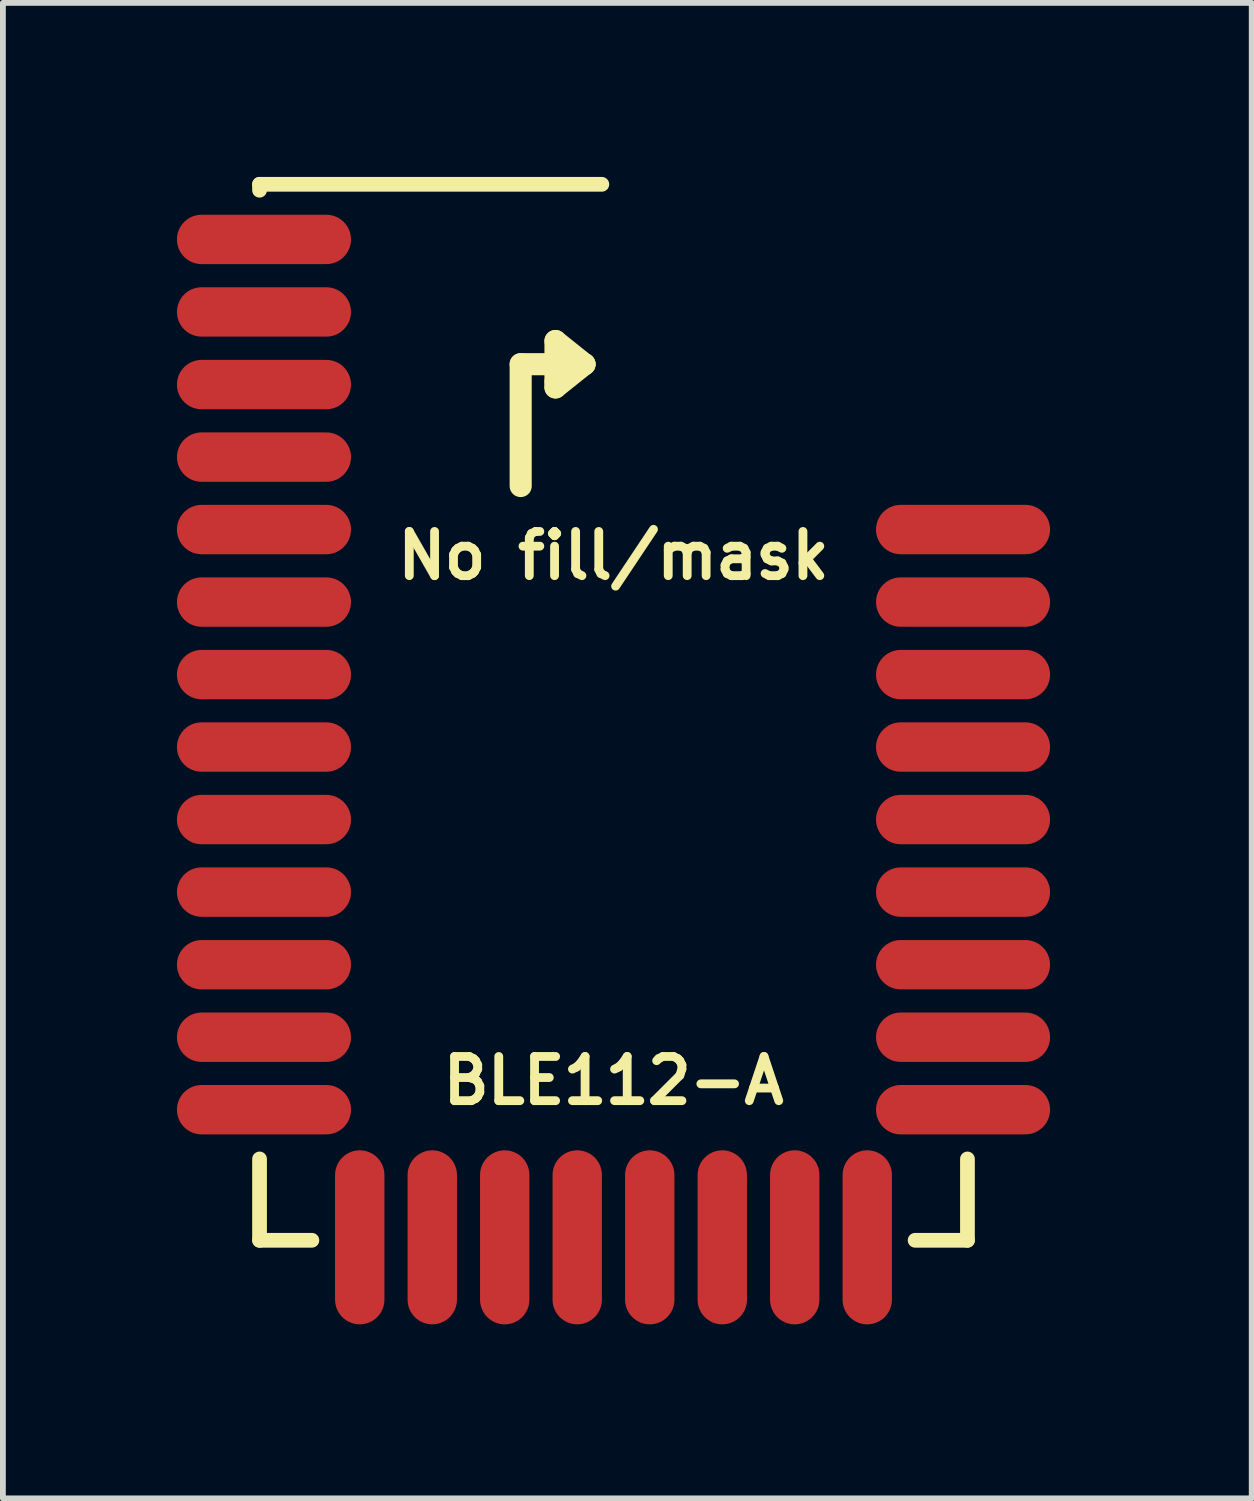
<source format=kicad_pcb>
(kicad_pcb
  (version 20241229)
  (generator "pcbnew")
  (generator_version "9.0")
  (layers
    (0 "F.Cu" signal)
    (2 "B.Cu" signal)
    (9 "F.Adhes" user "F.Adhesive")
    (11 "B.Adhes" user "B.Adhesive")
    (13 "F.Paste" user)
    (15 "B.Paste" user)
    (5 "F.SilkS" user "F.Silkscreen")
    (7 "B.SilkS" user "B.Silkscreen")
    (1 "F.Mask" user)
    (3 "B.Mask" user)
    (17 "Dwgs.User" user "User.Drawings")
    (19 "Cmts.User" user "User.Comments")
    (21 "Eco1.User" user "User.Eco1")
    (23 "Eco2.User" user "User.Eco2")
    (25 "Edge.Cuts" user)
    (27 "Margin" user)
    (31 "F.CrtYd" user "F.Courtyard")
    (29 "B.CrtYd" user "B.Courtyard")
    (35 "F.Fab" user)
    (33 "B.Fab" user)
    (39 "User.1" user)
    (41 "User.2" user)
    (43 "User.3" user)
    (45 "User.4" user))
  (footprint "BLE112-A"
    (layer "F.Cu")
    (at 7.525 9.228)
    (property "Reference" "BLE112-A" (at 0 6.35 0) (layer "F.SilkS") (effects (font (size 0.762 0.762) (thickness 0.152))))
    (attr smd)
    (fp_line (start -6.101 -9.101) (end -0.201 -9.101) (stroke (width 0.254) (type solid)) (layer "F.SilkS"))
    (fp_line (start -6.101 -8.999) (end -6.101 -9.101) (stroke (width 0.254) (type solid)) (layer "F.SilkS"))
    (fp_line (start -6.101 9.101) (end -6.101 7.699) (stroke (width 0.254) (type solid)) (layer "F.SilkS"))
    (fp_line (start -6.101 9.101) (end -5.199 9.101) (stroke (width 0.254) (type solid)) (layer "F.SilkS"))
    (fp_line (start -1.6 -6) (end -0.5 -6) (stroke (width 0.381) (type solid)) (layer "F.SilkS"))
    (fp_line (start -1.6 -3.9) (end -1.6 -6) (stroke (width 0.381) (type solid)) (layer "F.SilkS"))
    (fp_line (start -1 -6.4) (end -1 -5.7) (stroke (width 0.381) (type solid)) (layer "F.SilkS"))
    (fp_line (start -1 -5.7) (end -1 -5.6) (stroke (width 0.381) (type solid)) (layer "F.SilkS"))
    (fp_line (start -1 -5.6) (end -0.5 -6) (stroke (width 0.381) (type solid)) (layer "F.SilkS"))
    (fp_line (start -0.5 -6) (end -1 -6.4) (stroke (width 0.381) (type solid)) (layer "F.SilkS"))
    (fp_line (start 6.101 9.101) (end 5.199 9.101) (stroke (width 0.254) (type solid)) (layer "F.SilkS"))
    (fp_line (start 6.101 9.101) (end 6.101 7.699) (stroke (width 0.254) (type solid)) (layer "F.SilkS"))
    (fp_text user "No fill/mask" (at 0 -2.7 0) (layer "F.SilkS") (effects (font (size 0.762 0.762) (thickness 0.152))))
    (pad "" smd rect (at 4 -6.35) (size 8.001 5.499) (layers "*.Mask"))
    (pad "1" smd oval (at -6.025 -8.151) (size 3 0.851) (layers "F.Cu" "F.Mask" "F.Paste"))
    (pad "2" smd oval (at -6.025 -6.901) (size 3 0.851) (layers "F.Cu" "F.Mask" "F.Paste"))
    (pad "3" smd oval (at -6.025 -5.649) (size 3 0.851) (layers "F.Cu" "F.Mask" "F.Paste"))
    (pad "4" smd oval (at -6.025 -4.399) (size 3 0.851) (layers "F.Cu" "F.Mask" "F.Paste"))
    (pad "5" smd oval (at -6.025 -3.15) (size 3 0.851) (layers "F.Cu" "F.Mask" "F.Paste"))
    (pad "6" smd oval (at -6.025 -1.9) (size 3 0.851) (layers "F.Cu" "F.Mask" "F.Paste"))
    (pad "7" smd oval (at -6.025 -0.65) (size 3 0.851) (layers "F.Cu" "F.Mask" "F.Paste"))
    (pad "8" smd oval (at -6.025 0.599) (size 3 0.851) (layers "F.Cu" "F.Mask" "F.Paste"))
    (pad "9" smd oval (at -6.025 1.849) (size 3 0.851) (layers "F.Cu" "F.Mask" "F.Paste"))
    (pad "10" smd oval (at -6.025 3.099) (size 3 0.851) (layers "F.Cu" "F.Mask" "F.Paste"))
    (pad "11" smd oval (at -6.025 4.351) (size 3 0.851) (layers "F.Cu" "F.Mask" "F.Paste"))
    (pad "12" smd oval (at -6.025 5.601) (size 3 0.851) (layers "F.Cu" "F.Mask" "F.Paste"))
    (pad "13" smd oval (at -6.025 6.85) (size 3 0.851) (layers "F.Cu" "F.Mask" "F.Paste"))
    (pad "14" smd oval (at -4.374 9.05 90) (size 3 0.851) (layers "F.Cu" "F.Mask" "F.Paste"))
    (pad "15" smd oval (at -3.124 9.05 90) (size 3 0.851) (layers "F.Cu" "F.Mask" "F.Paste"))
    (pad "16" smd oval (at -1.875 9.05 90) (size 3 0.851) (layers "F.Cu" "F.Mask" "F.Paste"))
    (pad "17" smd oval (at -0.625 9.05 90) (size 3 0.851) (layers "F.Cu" "F.Mask" "F.Paste"))
    (pad "18" smd oval (at 0.625 9.05 90) (size 3 0.851) (layers "F.Cu" "F.Mask" "F.Paste"))
    (pad "19" smd oval (at 1.875 9.05 90) (size 3 0.851) (layers "F.Cu" "F.Mask" "F.Paste"))
    (pad "20" smd oval (at 3.124 9.05 90) (size 3 0.851) (layers "F.Cu" "F.Mask" "F.Paste"))
    (pad "21" smd oval (at 4.374 9.05 90) (size 3 0.851) (layers "F.Cu" "F.Mask" "F.Paste"))
    (pad "22" smd oval (at 6.025 6.85) (size 3 0.851) (layers "F.Cu" "F.Mask" "F.Paste"))
    (pad "23" smd oval (at 6.025 5.601) (size 3 0.851) (layers "F.Cu" "F.Mask" "F.Paste"))
    (pad "24" smd oval (at 6.025 4.351) (size 3 0.851) (layers "F.Cu" "F.Mask" "F.Paste"))
    (pad "25" smd oval (at 6.025 3.099) (size 3 0.851) (layers "F.Cu" "F.Mask" "F.Paste"))
    (pad "26" smd oval (at 6.025 1.849) (size 3 0.851) (layers "F.Cu" "F.Mask" "F.Paste"))
    (pad "27" smd oval (at 6.025 0.599) (size 3 0.851) (layers "F.Cu" "F.Mask" "F.Paste"))
    (pad "28" smd oval (at 6.025 -0.65) (size 3 0.851) (layers "F.Cu" "F.Mask" "F.Paste"))
    (pad "29" smd oval (at 6.025 -1.9) (size 3 0.851) (layers "F.Cu" "F.Mask" "F.Paste"))
    (pad "30" smd oval (at 6.025 -3.15) (size 3 0.851) (layers "F.Cu" "F.Mask" "F.Paste")))
  (gr_rect
    (start -3 -3)
    (end 18.526 22.778)
    (stroke (width 0.1) (type default))
    (fill no)
    (layer "Edge.Cuts")))
</source>
